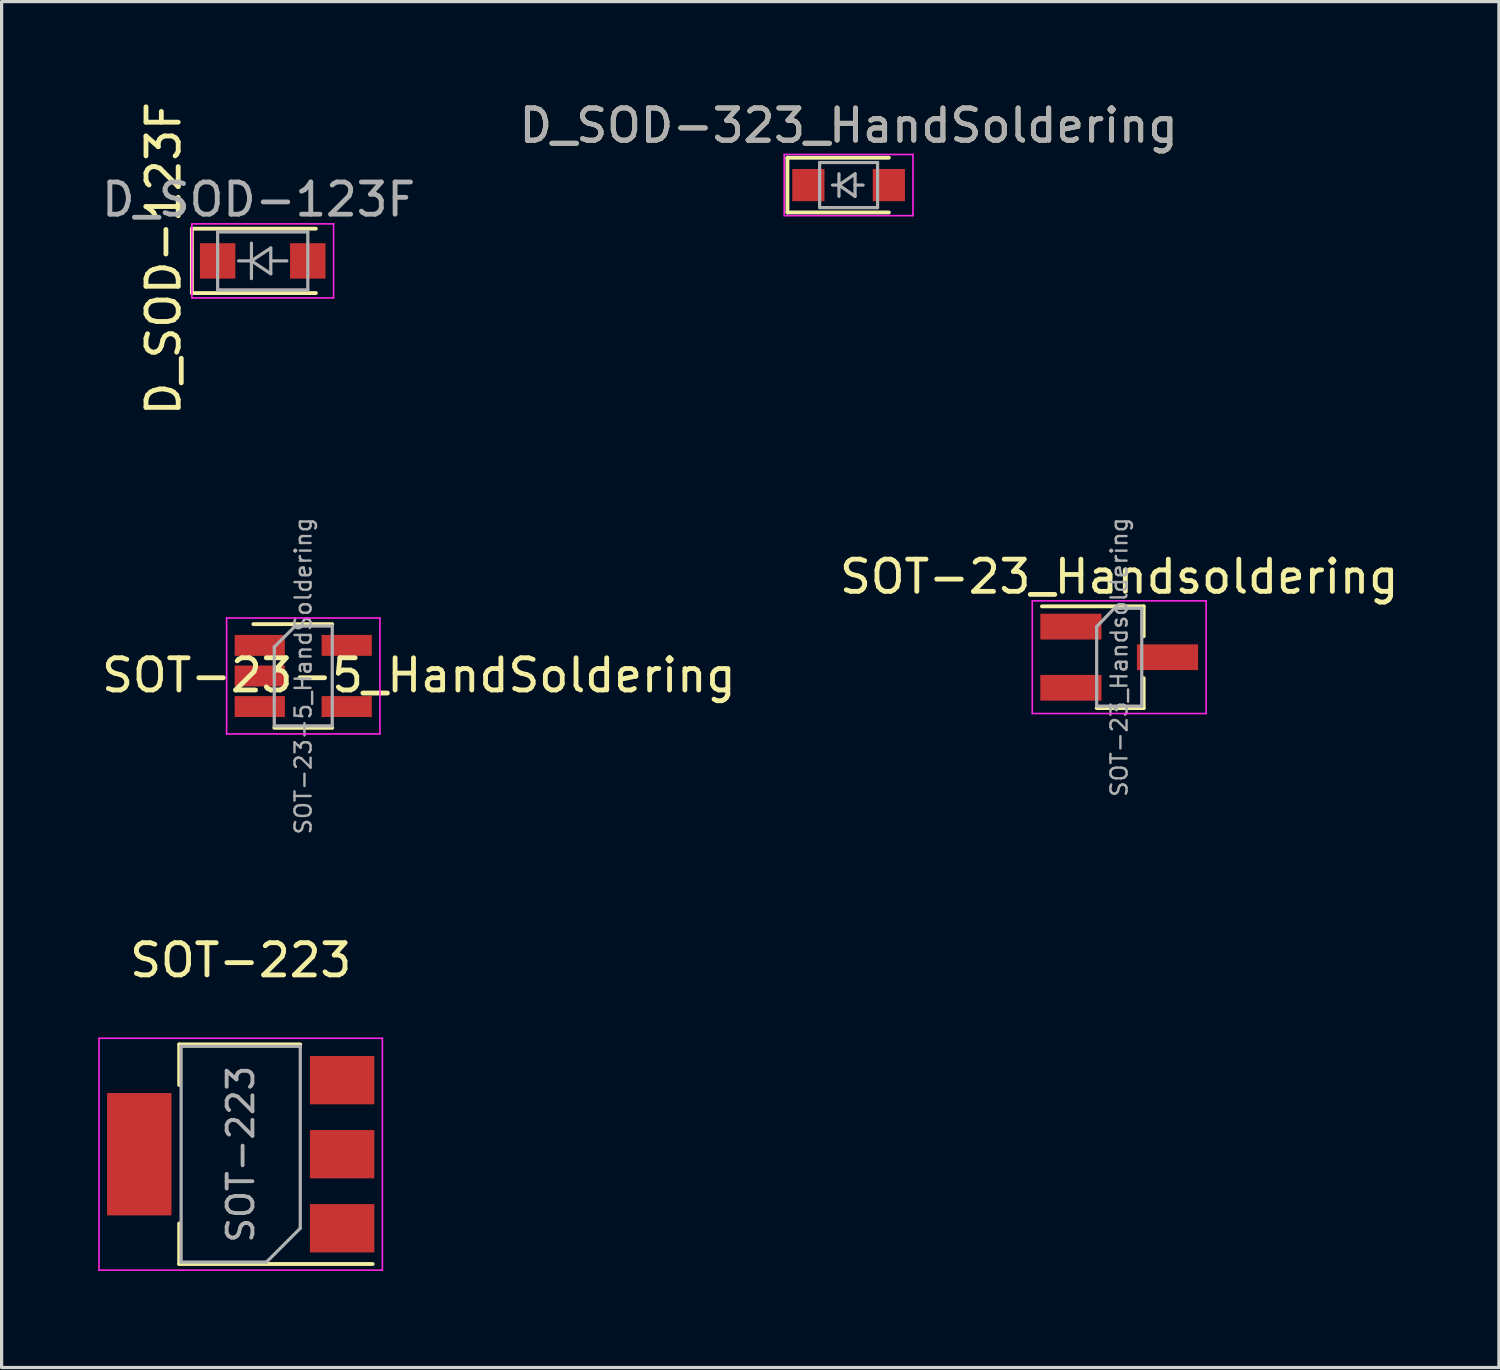
<source format=kicad_pcb>
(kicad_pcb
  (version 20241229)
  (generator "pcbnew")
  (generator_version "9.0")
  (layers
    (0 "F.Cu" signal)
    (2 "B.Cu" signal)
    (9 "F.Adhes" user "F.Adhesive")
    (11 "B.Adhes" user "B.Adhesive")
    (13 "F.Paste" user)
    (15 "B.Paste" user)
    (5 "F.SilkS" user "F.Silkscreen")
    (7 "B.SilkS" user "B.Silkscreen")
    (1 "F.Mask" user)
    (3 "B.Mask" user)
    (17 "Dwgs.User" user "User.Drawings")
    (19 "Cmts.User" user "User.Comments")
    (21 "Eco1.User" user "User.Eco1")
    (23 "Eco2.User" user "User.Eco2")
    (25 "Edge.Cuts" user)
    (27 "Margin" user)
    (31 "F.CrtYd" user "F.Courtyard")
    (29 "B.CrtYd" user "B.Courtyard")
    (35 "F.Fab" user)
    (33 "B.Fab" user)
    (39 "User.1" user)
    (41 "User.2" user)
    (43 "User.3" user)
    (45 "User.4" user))
  (footprint "SOT-223"
    (layer "F.Cu")
    (at 4.425 31.271)
    (property "Reference" "SOT-223" (at 0 -4.5 0) (layer "F.SilkS") (effects (font (size 1 1) (thickness 0.15))))
    (attr smd)
    (fp_line (start -1.91 -1.886) (end -1.91 -0.626) (stroke (width 0.12) (type solid)) (layer "F.SilkS"))
    (fp_line (start -1.91 4.934) (end -1.91 3.674) (stroke (width 0.12) (type solid)) (layer "F.SilkS"))
    (fp_line (start 1.85 -1.886) (end -1.91 -1.886) (stroke (width 0.12) (type solid)) (layer "F.SilkS"))
    (fp_line (start 4.1 4.934) (end -1.91 4.934) (stroke (width 0.12) (type solid)) (layer "F.SilkS"))
    (fp_line (start -4.4 -2.076) (end -4.4 5.124) (stroke (width 0.05) (type solid)) (layer "F.CrtYd"))
    (fp_line (start -4.4 5.124) (end 4.4 5.124) (stroke (width 0.05) (type solid)) (layer "F.CrtYd"))
    (fp_line (start 4.4 -2.076) (end -4.4 -2.076) (stroke (width 0.05) (type solid)) (layer "F.CrtYd"))
    (fp_line (start 4.4 5.124) (end 4.4 -2.076) (stroke (width 0.05) (type solid)) (layer "F.CrtYd"))
    (fp_line (start -1.85 4.874) (end -1.85 -1.826) (stroke (width 0.1) (type solid)) (layer "F.Fab"))
    (fp_line (start 0.8 4.874) (end -1.85 4.874) (stroke (width 0.1) (type solid)) (layer "F.Fab"))
    (fp_line (start 1.85 -1.826) (end -1.85 -1.826) (stroke (width 0.1) (type solid)) (layer "F.Fab"))
    (fp_line (start 1.85 3.824) (end 0.8 4.874) (stroke (width 0.1) (type solid)) (layer "F.Fab"))
    (fp_line (start 1.85 3.824) (end 1.85 -1.826) (stroke (width 0.1) (type solid)) (layer "F.Fab"))
    (fp_text user "${REFERENCE}" (at 0 1.524 90) (layer "F.Fab") (effects (font (size 0.8 0.8) (thickness 0.12))))
    (pad "1" smd rect (at 3.15 -0.776 180) (size 2 1.5) (layers "F.Cu" "F.Mask" "F.Paste"))
    (pad "2" smd rect (at 3.15 3.824 180) (size 2 1.5) (layers "F.Cu" "F.Mask" "F.Paste"))
    (pad "4" smd rect (at -3.15 1.524 180) (size 2 3.8) (layers "F.Cu" "F.Mask" "F.Paste"))
    (pad "5" smd rect (at 3.15 1.524 180) (size 2 1.5) (layers "F.Cu" "F.Mask" "F.Paste")))
  (footprint "D_SOD-123F"
    (layer "F.Cu")
    (at 5.109 5.052)
    (property "Reference" "D_SOD-123F" (at -3.08 -0.07 90) (layer "F.SilkS") (effects (font (size 1 1) (thickness 0.15))))
    (attr smd)
    (fp_line (start -2.2 -1) (end -2.2 1) (stroke (width 0.12) (type solid)) (layer "F.SilkS"))
    (fp_line (start -2.2 -1) (end 1.65 -1) (stroke (width 0.12) (type solid)) (layer "F.SilkS"))
    (fp_line (start -2.2 1) (end 1.65 1) (stroke (width 0.12) (type solid)) (layer "F.SilkS"))
    (fp_line (start -2.2 -1.15) (end -2.2 1.15) (stroke (width 0.05) (type solid)) (layer "F.CrtYd"))
    (fp_line (start -2.2 -1.15) (end 2.2 -1.15) (stroke (width 0.05) (type solid)) (layer "F.CrtYd"))
    (fp_line (start 2.2 -1.15) (end 2.2 1.15) (stroke (width 0.05) (type solid)) (layer "F.CrtYd"))
    (fp_line (start 2.2 1.15) (end -2.2 1.15) (stroke (width 0.05) (type solid)) (layer "F.CrtYd"))
    (fp_line (start -1.4 -0.9) (end 1.4 -0.9) (stroke (width 0.1) (type solid)) (layer "F.Fab"))
    (fp_line (start -1.4 0.9) (end -1.4 -0.9) (stroke (width 0.1) (type solid)) (layer "F.Fab"))
    (fp_line (start -0.75 0) (end -0.35 0) (stroke (width 0.1) (type solid)) (layer "F.Fab"))
    (fp_line (start -0.35 0) (end -0.35 -0.55) (stroke (width 0.1) (type solid)) (layer "F.Fab"))
    (fp_line (start -0.35 0) (end -0.35 0.55) (stroke (width 0.1) (type solid)) (layer "F.Fab"))
    (fp_line (start -0.35 0) (end 0.25 -0.4) (stroke (width 0.1) (type solid)) (layer "F.Fab"))
    (fp_line (start 0.25 -0.4) (end 0.25 0.4) (stroke (width 0.1) (type solid)) (layer "F.Fab"))
    (fp_line (start 0.25 0) (end 0.75 0) (stroke (width 0.1) (type solid)) (layer "F.Fab"))
    (fp_line (start 0.25 0.4) (end -0.35 0) (stroke (width 0.1) (type solid)) (layer "F.Fab"))
    (fp_line (start 1.4 -0.9) (end 1.4 0.9) (stroke (width 0.1) (type solid)) (layer "F.Fab"))
    (fp_line (start 1.4 0.9) (end -1.4 0.9) (stroke (width 0.1) (type solid)) (layer "F.Fab"))
    (fp_text user "${REFERENCE}" (at -0.127 -1.905 0) (layer "F.Fab") (effects (font (size 1 1) (thickness 0.15))))
    (pad "1" smd rect (at -1.4 0) (size 1.1 1.1) (layers "F.Cu" "F.Mask" "F.Paste"))
    (pad "2" smd rect (at 1.4 0) (size 1.1 1.1) (layers "F.Cu" "F.Mask" "F.Paste")))
  (footprint "SOT-23-5_HandSoldering"
    (layer "F.Cu")
    (at 6.368 17.943)
    (property "Reference" "SOT-23-5_HandSoldering" (at 3.59 -0.02 180) (layer "F.SilkS") (effects (font (size 1 1) (thickness 0.15))))
    (attr smd)
    (fp_line (start -0.9 1.61) (end 0.9 1.61) (stroke (width 0.12) (type solid)) (layer "F.SilkS"))
    (fp_line (start 0.9 -1.61) (end -1.55 -1.61) (stroke (width 0.12) (type solid)) (layer "F.SilkS"))
    (fp_line (start -2.38 -1.8) (end -2.38 1.8) (stroke (width 0.05) (type solid)) (layer "F.CrtYd"))
    (fp_line (start -2.38 -1.8) (end 2.38 -1.8) (stroke (width 0.05) (type solid)) (layer "F.CrtYd"))
    (fp_line (start 2.38 1.8) (end -2.38 1.8) (stroke (width 0.05) (type solid)) (layer "F.CrtYd"))
    (fp_line (start 2.38 1.8) (end 2.38 -1.8) (stroke (width 0.05) (type solid)) (layer "F.CrtYd"))
    (fp_line (start -0.9 -0.9) (end -0.9 1.55) (stroke (width 0.1) (type solid)) (layer "F.Fab"))
    (fp_line (start -0.9 -0.9) (end -0.25 -1.55) (stroke (width 0.1) (type solid)) (layer "F.Fab"))
    (fp_line (start 0.9 -1.55) (end -0.25 -1.55) (stroke (width 0.1) (type solid)) (layer "F.Fab"))
    (fp_line (start 0.9 -1.55) (end 0.9 1.55) (stroke (width 0.1) (type solid)) (layer "F.Fab"))
    (fp_line (start 0.9 1.55) (end -0.9 1.55) (stroke (width 0.1) (type solid)) (layer "F.Fab"))
    (fp_text user "${REFERENCE}" (at 0 0 270) (layer "F.Fab") (effects (font (size 0.5 0.5) (thickness 0.075))))
    (pad "1" smd rect (at -1.35 -0.95) (size 1.56 0.65) (layers "F.Cu" "F.Mask" "F.Paste"))
    (pad "2" smd rect (at -1.35 0) (size 1.56 0.65) (layers "F.Cu" "F.Mask" "F.Paste"))
    (pad "3" smd rect (at -1.35 0.95) (size 1.56 0.65) (layers "F.Cu" "F.Mask" "F.Paste"))
    (pad "4" smd rect (at 1.35 0.95) (size 1.56 0.65) (layers "F.Cu" "F.Mask" "F.Paste"))
    (pad "5" smd rect (at 1.35 -0.95) (size 1.56 0.65) (layers "F.Cu" "F.Mask" "F.Paste")))
  (footprint "SOT-23_Handsoldering"
    (layer "F.Cu")
    (at 31.708 17.36)
    (property "Reference" "SOT-23_Handsoldering" (at 0 -2.5 180) (layer "F.SilkS") (effects (font (size 1 1) (thickness 0.15))))
    (attr smd)
    (fp_line (start 0.76 -1.58) (end -2.4 -1.58) (stroke (width 0.12) (type solid)) (layer "F.SilkS"))
    (fp_line (start 0.76 -1.58) (end 0.76 -0.65) (stroke (width 0.12) (type solid)) (layer "F.SilkS"))
    (fp_line (start 0.76 1.58) (end -0.7 1.58) (stroke (width 0.12) (type solid)) (layer "F.SilkS"))
    (fp_line (start 0.76 1.58) (end 0.76 0.65) (stroke (width 0.12) (type solid)) (layer "F.SilkS"))
    (fp_line (start -2.7 -1.75) (end 2.7 -1.75) (stroke (width 0.05) (type solid)) (layer "F.CrtYd"))
    (fp_line (start -2.7 1.75) (end -2.7 -1.75) (stroke (width 0.05) (type solid)) (layer "F.CrtYd"))
    (fp_line (start 2.7 -1.75) (end 2.7 1.75) (stroke (width 0.05) (type solid)) (layer "F.CrtYd"))
    (fp_line (start 2.7 1.75) (end -2.7 1.75) (stroke (width 0.05) (type solid)) (layer "F.CrtYd"))
    (fp_line (start -0.7 -0.95) (end -0.7 1.5) (stroke (width 0.1) (type solid)) (layer "F.Fab"))
    (fp_line (start -0.7 -0.95) (end -0.15 -1.52) (stroke (width 0.1) (type solid)) (layer "F.Fab"))
    (fp_line (start -0.7 1.52) (end 0.7 1.52) (stroke (width 0.1) (type solid)) (layer "F.Fab"))
    (fp_line (start -0.15 -1.52) (end 0.7 -1.52) (stroke (width 0.1) (type solid)) (layer "F.Fab"))
    (fp_line (start 0.7 -1.52) (end 0.7 1.52) (stroke (width 0.1) (type solid)) (layer "F.Fab"))
    (fp_text user "${REFERENCE}" (at 0 0 270) (layer "F.Fab") (effects (font (size 0.5 0.5) (thickness 0.075))))
    (pad "1" smd rect (at -1.5 -0.95) (size 1.9 0.8) (layers "F.Cu" "F.Mask" "F.Paste"))
    (pad "2" smd rect (at -1.5 0.95) (size 1.9 0.8) (layers "F.Cu" "F.Mask" "F.Paste"))
    (pad "3" smd rect (at 1.5 0) (size 1.9 0.8) (layers "F.Cu" "F.Mask" "F.Paste")))
  (footprint "D_SOD-323_HandSoldering"
    (layer "F.Cu")
    (at 23.304 2.698)
    (property "Reference" "D_SOD-323_HandSoldering" (at 0 -1.85 0) (layer "F.SilkS") (effects (font (size 1 1) (thickness 0.15))))
    (attr smd)
    (fp_line (start -1.9 -0.85) (end -1.9 0.85) (stroke (width 0.12) (type solid)) (layer "F.SilkS"))
    (fp_line (start -1.9 -0.85) (end 1.25 -0.85) (stroke (width 0.12) (type solid)) (layer "F.SilkS"))
    (fp_line (start -1.9 0.85) (end 1.25 0.85) (stroke (width 0.12) (type solid)) (layer "F.SilkS"))
    (fp_line (start -2 -0.95) (end -2 0.95) (stroke (width 0.05) (type solid)) (layer "F.CrtYd"))
    (fp_line (start -2 -0.95) (end 2 -0.95) (stroke (width 0.05) (type solid)) (layer "F.CrtYd"))
    (fp_line (start -2 0.95) (end 2 0.95) (stroke (width 0.05) (type solid)) (layer "F.CrtYd"))
    (fp_line (start 2 -0.95) (end 2 0.95) (stroke (width 0.05) (type solid)) (layer "F.CrtYd"))
    (fp_line (start -0.9 -0.7) (end 0.9 -0.7) (stroke (width 0.1) (type solid)) (layer "F.Fab"))
    (fp_line (start -0.9 0.7) (end -0.9 -0.7) (stroke (width 0.1) (type solid)) (layer "F.Fab"))
    (fp_line (start -0.3 -0.35) (end -0.3 0.35) (stroke (width 0.1) (type solid)) (layer "F.Fab"))
    (fp_line (start -0.3 0) (end -0.5 0) (stroke (width 0.1) (type solid)) (layer "F.Fab"))
    (fp_line (start -0.3 0) (end 0.2 -0.35) (stroke (width 0.1) (type solid)) (layer "F.Fab"))
    (fp_line (start 0.2 -0.35) (end 0.2 0.35) (stroke (width 0.1) (type solid)) (layer "F.Fab"))
    (fp_line (start 0.2 0) (end 0.45 0) (stroke (width 0.1) (type solid)) (layer "F.Fab"))
    (fp_line (start 0.2 0.35) (end -0.3 0) (stroke (width 0.1) (type solid)) (layer "F.Fab"))
    (fp_line (start 0.9 -0.7) (end 0.9 0.7) (stroke (width 0.1) (type solid)) (layer "F.Fab"))
    (fp_line (start 0.9 0.7) (end -0.9 0.7) (stroke (width 0.1) (type solid)) (layer "F.Fab"))
    (fp_text user "${REFERENCE}" (at 0 -1.85 0) (layer "F.Fab") (effects (font (size 1 1) (thickness 0.15))))
    (pad "1" smd rect (at -1.25 0) (size 1 1) (layers "F.Cu" "F.Mask" "F.Paste"))
    (pad "2" smd rect (at 1.25 0) (size 1 1) (layers "F.Cu" "F.Mask" "F.Paste")))
  (gr_rect
    (start -3 -3)
    (end 43.5 39.42)
    (stroke (width 0.1) (type default))
    (fill no)
    (layer "Edge.Cuts")))
</source>
